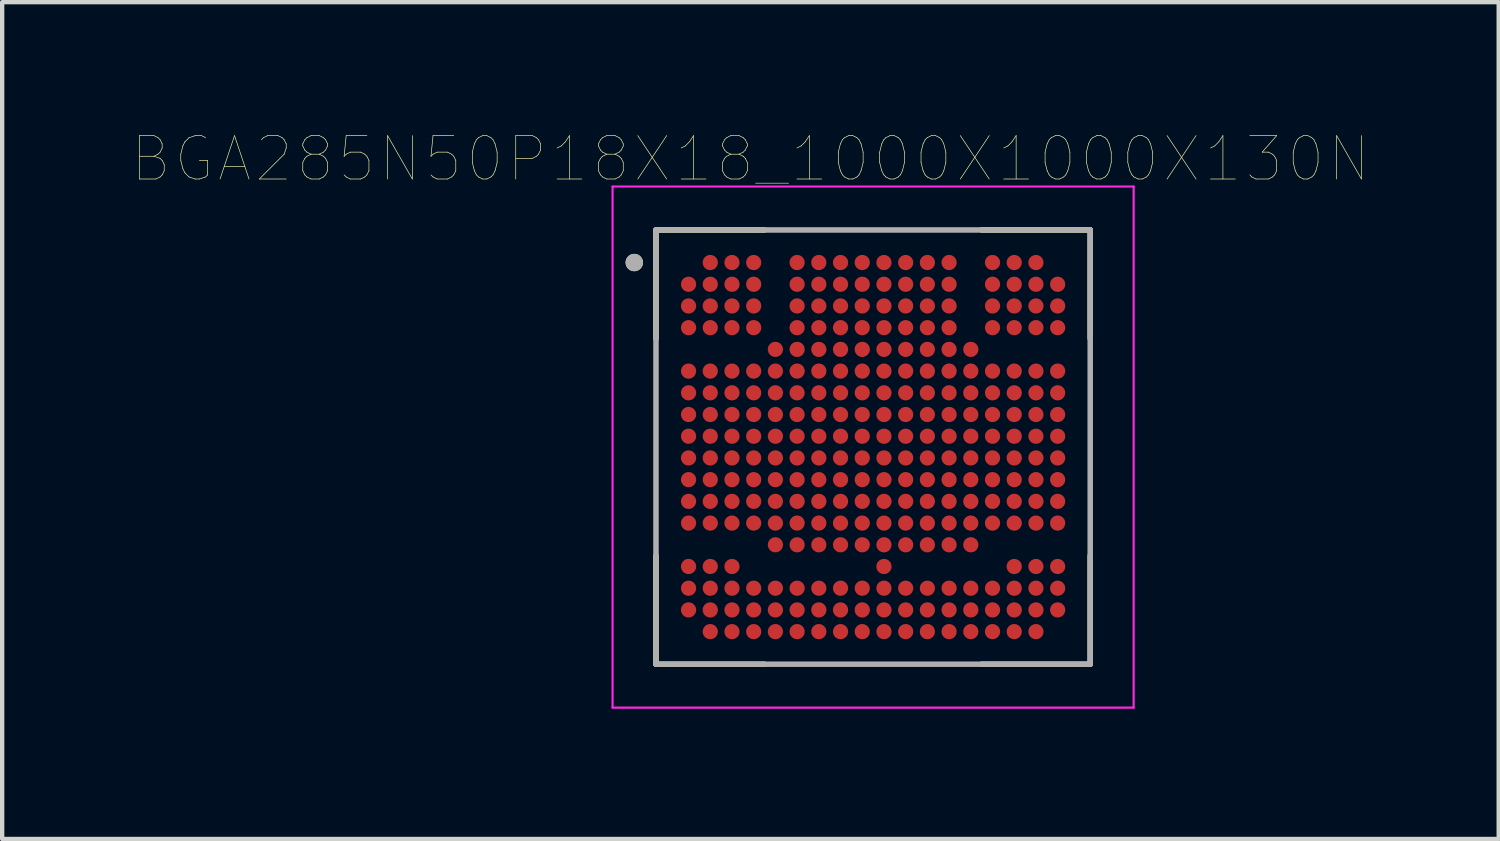
<source format=kicad_pcb>
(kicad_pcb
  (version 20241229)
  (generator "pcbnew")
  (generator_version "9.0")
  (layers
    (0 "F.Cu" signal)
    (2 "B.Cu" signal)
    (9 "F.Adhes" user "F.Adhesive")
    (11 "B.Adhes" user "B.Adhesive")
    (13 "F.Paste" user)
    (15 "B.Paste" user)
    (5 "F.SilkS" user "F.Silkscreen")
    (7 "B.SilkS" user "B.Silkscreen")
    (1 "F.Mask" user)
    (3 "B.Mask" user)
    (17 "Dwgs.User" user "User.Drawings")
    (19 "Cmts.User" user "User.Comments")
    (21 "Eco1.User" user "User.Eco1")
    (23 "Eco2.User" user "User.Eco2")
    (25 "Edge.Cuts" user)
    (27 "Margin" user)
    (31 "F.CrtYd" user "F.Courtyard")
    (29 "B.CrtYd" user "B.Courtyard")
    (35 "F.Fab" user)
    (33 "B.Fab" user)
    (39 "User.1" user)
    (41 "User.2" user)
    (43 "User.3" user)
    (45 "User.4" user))
  (footprint "BGA285N50P18X18_1000X1000X130N"
    (layer "F.Cu")
    (at 17.057 7.246)
    (property "Reference" "BGA285N50P18X18_1000X1000X130N" (at -2.825 -6.635 0) (layer "F.SilkS") (effects (font (size 1 1) (thickness 0.015))))
    (attr through_hole)
    (fp_line (start -5 -5) (end -5 -2.5) (stroke (width 0.127) (type solid)) (layer "F.SilkS"))
    (fp_line (start -5 -5) (end -2.5 -5) (stroke (width 0.127) (type solid)) (layer "F.SilkS"))
    (fp_line (start -5 5) (end -5 2.5) (stroke (width 0.127) (type solid)) (layer "F.SilkS"))
    (fp_line (start -5 5) (end -2.5 5) (stroke (width 0.127) (type solid)) (layer "F.SilkS"))
    (fp_line (start 5 -5) (end 2.5 -5) (stroke (width 0.127) (type solid)) (layer "F.SilkS"))
    (fp_line (start 5 -5) (end 5 -2.5) (stroke (width 0.127) (type solid)) (layer "F.SilkS"))
    (fp_line (start 5 5) (end 2.5 5) (stroke (width 0.127) (type solid)) (layer "F.SilkS"))
    (fp_line (start 5 5) (end 5 2.5) (stroke (width 0.127) (type solid)) (layer "F.SilkS"))
    (fp_circle (center -5.5 -4.25) (end -5.4 -4.25) (stroke (width 0.2) (type solid)) (fill no) (layer "F.SilkS"))
    (fp_line (start -6 -6) (end 6 -6) (stroke (width 0.05) (type solid)) (layer "F.CrtYd"))
    (fp_line (start -6 6) (end -6 -6) (stroke (width 0.05) (type solid)) (layer "F.CrtYd"))
    (fp_line (start -6 6) (end 6 6) (stroke (width 0.05) (type solid)) (layer "F.CrtYd"))
    (fp_line (start 6 6) (end 6 -6) (stroke (width 0.05) (type solid)) (layer "F.CrtYd"))
    (fp_line (start -5 5) (end -5 -5) (stroke (width 0.127) (type solid)) (layer "F.Fab"))
    (fp_line (start 5 -5) (end -5 -5) (stroke (width 0.127) (type solid)) (layer "F.Fab"))
    (fp_line (start 5 5) (end -5 5) (stroke (width 0.127) (type solid)) (layer "F.Fab"))
    (fp_line (start 5 5) (end 5 -5) (stroke (width 0.127) (type solid)) (layer "F.Fab"))
    (fp_circle (center -5.5 -4.25) (end -5.4 -4.25) (stroke (width 0.2) (type solid)) (fill no) (layer "F.Fab"))
    (pad "A2" smd circle (at -3.75 -4.25) (size 0.35 0.35) (layers "F.Cu" "F.Mask" "F.Paste"))
    (pad "A3" smd circle (at -3.25 -4.25) (size 0.35 0.35) (layers "F.Cu" "F.Mask" "F.Paste"))
    (pad "A4" smd circle (at -2.75 -4.25) (size 0.35 0.35) (layers "F.Cu" "F.Mask" "F.Paste"))
    (pad "A6" smd circle (at -1.75 -4.25) (size 0.35 0.35) (layers "F.Cu" "F.Mask" "F.Paste"))
    (pad "A7" smd circle (at -1.25 -4.25) (size 0.35 0.35) (layers "F.Cu" "F.Mask" "F.Paste"))
    (pad "A8" smd circle (at -0.75 -4.25) (size 0.35 0.35) (layers "F.Cu" "F.Mask" "F.Paste"))
    (pad "A9" smd circle (at -0.25 -4.25) (size 0.35 0.35) (layers "F.Cu" "F.Mask" "F.Paste"))
    (pad "A10" smd circle (at 0.25 -4.25) (size 0.35 0.35) (layers "F.Cu" "F.Mask" "F.Paste"))
    (pad "A11" smd circle (at 0.75 -4.25) (size 0.35 0.35) (layers "F.Cu" "F.Mask" "F.Paste"))
    (pad "A12" smd circle (at 1.25 -4.25) (size 0.35 0.35) (layers "F.Cu" "F.Mask" "F.Paste"))
    (pad "A13" smd circle (at 1.75 -4.25) (size 0.35 0.35) (layers "F.Cu" "F.Mask" "F.Paste"))
    (pad "A15" smd circle (at 2.75 -4.25) (size 0.35 0.35) (layers "F.Cu" "F.Mask" "F.Paste"))
    (pad "A16" smd circle (at 3.25 -4.25) (size 0.35 0.35) (layers "F.Cu" "F.Mask" "F.Paste"))
    (pad "A17" smd circle (at 3.75 -4.25) (size 0.35 0.35) (layers "F.Cu" "F.Mask" "F.Paste"))
    (pad "B1" smd circle (at -4.25 -3.75) (size 0.35 0.35) (layers "F.Cu" "F.Mask" "F.Paste"))
    (pad "B2" smd circle (at -3.75 -3.75) (size 0.35 0.35) (layers "F.Cu" "F.Mask" "F.Paste"))
    (pad "B3" smd circle (at -3.25 -3.75) (size 0.35 0.35) (layers "F.Cu" "F.Mask" "F.Paste"))
    (pad "B4" smd circle (at -2.75 -3.75) (size 0.35 0.35) (layers "F.Cu" "F.Mask" "F.Paste"))
    (pad "B6" smd circle (at -1.75 -3.75) (size 0.35 0.35) (layers "F.Cu" "F.Mask" "F.Paste"))
    (pad "B7" smd circle (at -1.25 -3.75) (size 0.35 0.35) (layers "F.Cu" "F.Mask" "F.Paste"))
    (pad "B8" smd circle (at -0.75 -3.75) (size 0.35 0.35) (layers "F.Cu" "F.Mask" "F.Paste"))
    (pad "B9" smd circle (at -0.25 -3.75) (size 0.35 0.35) (layers "F.Cu" "F.Mask" "F.Paste"))
    (pad "B10" smd circle (at 0.25 -3.75) (size 0.35 0.35) (layers "F.Cu" "F.Mask" "F.Paste"))
    (pad "B11" smd circle (at 0.75 -3.75) (size 0.35 0.35) (layers "F.Cu" "F.Mask" "F.Paste"))
    (pad "B12" smd circle (at 1.25 -3.75) (size 0.35 0.35) (layers "F.Cu" "F.Mask" "F.Paste"))
    (pad "B13" smd circle (at 1.75 -3.75) (size 0.35 0.35) (layers "F.Cu" "F.Mask" "F.Paste"))
    (pad "B15" smd circle (at 2.75 -3.75) (size 0.35 0.35) (layers "F.Cu" "F.Mask" "F.Paste"))
    (pad "B16" smd circle (at 3.25 -3.75) (size 0.35 0.35) (layers "F.Cu" "F.Mask" "F.Paste"))
    (pad "B17" smd circle (at 3.75 -3.75) (size 0.35 0.35) (layers "F.Cu" "F.Mask" "F.Paste"))
    (pad "B18" smd circle (at 4.25 -3.75) (size 0.35 0.35) (layers "F.Cu" "F.Mask" "F.Paste"))
    (pad "C1" smd circle (at -4.25 -3.25) (size 0.35 0.35) (layers "F.Cu" "F.Mask" "F.Paste"))
    (pad "C2" smd circle (at -3.75 -3.25) (size 0.35 0.35) (layers "F.Cu" "F.Mask" "F.Paste"))
    (pad "C3" smd circle (at -3.25 -3.25) (size 0.35 0.35) (layers "F.Cu" "F.Mask" "F.Paste"))
    (pad "C4" smd circle (at -2.75 -3.25) (size 0.35 0.35) (layers "F.Cu" "F.Mask" "F.Paste"))
    (pad "C6" smd circle (at -1.75 -3.25) (size 0.35 0.35) (layers "F.Cu" "F.Mask" "F.Paste"))
    (pad "C7" smd circle (at -1.25 -3.25) (size 0.35 0.35) (layers "F.Cu" "F.Mask" "F.Paste"))
    (pad "C8" smd circle (at -0.75 -3.25) (size 0.35 0.35) (layers "F.Cu" "F.Mask" "F.Paste"))
    (pad "C9" smd circle (at -0.25 -3.25) (size 0.35 0.35) (layers "F.Cu" "F.Mask" "F.Paste"))
    (pad "C10" smd circle (at 0.25 -3.25) (size 0.35 0.35) (layers "F.Cu" "F.Mask" "F.Paste"))
    (pad "C11" smd circle (at 0.75 -3.25) (size 0.35 0.35) (layers "F.Cu" "F.Mask" "F.Paste"))
    (pad "C12" smd circle (at 1.25 -3.25) (size 0.35 0.35) (layers "F.Cu" "F.Mask" "F.Paste"))
    (pad "C13" smd circle (at 1.75 -3.25) (size 0.35 0.35) (layers "F.Cu" "F.Mask" "F.Paste"))
    (pad "C15" smd circle (at 2.75 -3.25) (size 0.35 0.35) (layers "F.Cu" "F.Mask" "F.Paste"))
    (pad "C16" smd circle (at 3.25 -3.25) (size 0.35 0.35) (layers "F.Cu" "F.Mask" "F.Paste"))
    (pad "C17" smd circle (at 3.75 -3.25) (size 0.35 0.35) (layers "F.Cu" "F.Mask" "F.Paste"))
    (pad "C18" smd circle (at 4.25 -3.25) (size 0.35 0.35) (layers "F.Cu" "F.Mask" "F.Paste"))
    (pad "D1" smd circle (at -4.25 -2.75) (size 0.35 0.35) (layers "F.Cu" "F.Mask" "F.Paste"))
    (pad "D2" smd circle (at -3.75 -2.75) (size 0.35 0.35) (layers "F.Cu" "F.Mask" "F.Paste"))
    (pad "D3" smd circle (at -3.25 -2.75) (size 0.35 0.35) (layers "F.Cu" "F.Mask" "F.Paste"))
    (pad "D4" smd circle (at -2.75 -2.75) (size 0.35 0.35) (layers "F.Cu" "F.Mask" "F.Paste"))
    (pad "D6" smd circle (at -1.75 -2.75) (size 0.35 0.35) (layers "F.Cu" "F.Mask" "F.Paste"))
    (pad "D7" smd circle (at -1.25 -2.75) (size 0.35 0.35) (layers "F.Cu" "F.Mask" "F.Paste"))
    (pad "D8" smd circle (at -0.75 -2.75) (size 0.35 0.35) (layers "F.Cu" "F.Mask" "F.Paste"))
    (pad "D9" smd circle (at -0.25 -2.75) (size 0.35 0.35) (layers "F.Cu" "F.Mask" "F.Paste"))
    (pad "D10" smd circle (at 0.25 -2.75) (size 0.35 0.35) (layers "F.Cu" "F.Mask" "F.Paste"))
    (pad "D11" smd circle (at 0.75 -2.75) (size 0.35 0.35) (layers "F.Cu" "F.Mask" "F.Paste"))
    (pad "D12" smd circle (at 1.25 -2.75) (size 0.35 0.35) (layers "F.Cu" "F.Mask" "F.Paste"))
    (pad "D13" smd circle (at 1.75 -2.75) (size 0.35 0.35) (layers "F.Cu" "F.Mask" "F.Paste"))
    (pad "D15" smd circle (at 2.75 -2.75) (size 0.35 0.35) (layers "F.Cu" "F.Mask" "F.Paste"))
    (pad "D16" smd circle (at 3.25 -2.75) (size 0.35 0.35) (layers "F.Cu" "F.Mask" "F.Paste"))
    (pad "D17" smd circle (at 3.75 -2.75) (size 0.35 0.35) (layers "F.Cu" "F.Mask" "F.Paste"))
    (pad "D18" smd circle (at 4.25 -2.75) (size 0.35 0.35) (layers "F.Cu" "F.Mask" "F.Paste"))
    (pad "E5" smd circle (at -2.25 -2.25) (size 0.35 0.35) (layers "F.Cu" "F.Mask" "F.Paste"))
    (pad "E6" smd circle (at -1.75 -2.25) (size 0.35 0.35) (layers "F.Cu" "F.Mask" "F.Paste"))
    (pad "E7" smd circle (at -1.25 -2.25) (size 0.35 0.35) (layers "F.Cu" "F.Mask" "F.Paste"))
    (pad "E8" smd circle (at -0.75 -2.25) (size 0.35 0.35) (layers "F.Cu" "F.Mask" "F.Paste"))
    (pad "E9" smd circle (at -0.25 -2.25) (size 0.35 0.35) (layers "F.Cu" "F.Mask" "F.Paste"))
    (pad "E10" smd circle (at 0.25 -2.25) (size 0.35 0.35) (layers "F.Cu" "F.Mask" "F.Paste"))
    (pad "E11" smd circle (at 0.75 -2.25) (size 0.35 0.35) (layers "F.Cu" "F.Mask" "F.Paste"))
    (pad "E12" smd circle (at 1.25 -2.25) (size 0.35 0.35) (layers "F.Cu" "F.Mask" "F.Paste"))
    (pad "E13" smd circle (at 1.75 -2.25) (size 0.35 0.35) (layers "F.Cu" "F.Mask" "F.Paste"))
    (pad "E14" smd circle (at 2.25 -2.25) (size 0.35 0.35) (layers "F.Cu" "F.Mask" "F.Paste"))
    (pad "F1" smd circle (at -4.25 -1.75) (size 0.35 0.35) (layers "F.Cu" "F.Mask" "F.Paste"))
    (pad "F2" smd circle (at -3.75 -1.75) (size 0.35 0.35) (layers "F.Cu" "F.Mask" "F.Paste"))
    (pad "F3" smd circle (at -3.25 -1.75) (size 0.35 0.35) (layers "F.Cu" "F.Mask" "F.Paste"))
    (pad "F4" smd circle (at -2.75 -1.75) (size 0.35 0.35) (layers "F.Cu" "F.Mask" "F.Paste"))
    (pad "F5" smd circle (at -2.25 -1.75) (size 0.35 0.35) (layers "F.Cu" "F.Mask" "F.Paste"))
    (pad "F6" smd circle (at -1.75 -1.75) (size 0.35 0.35) (layers "F.Cu" "F.Mask" "F.Paste"))
    (pad "F7" smd circle (at -1.25 -1.75) (size 0.35 0.35) (layers "F.Cu" "F.Mask" "F.Paste"))
    (pad "F8" smd circle (at -0.75 -1.75) (size 0.35 0.35) (layers "F.Cu" "F.Mask" "F.Paste"))
    (pad "F9" smd circle (at -0.25 -1.75) (size 0.35 0.35) (layers "F.Cu" "F.Mask" "F.Paste"))
    (pad "F10" smd circle (at 0.25 -1.75) (size 0.35 0.35) (layers "F.Cu" "F.Mask" "F.Paste"))
    (pad "F11" smd circle (at 0.75 -1.75) (size 0.35 0.35) (layers "F.Cu" "F.Mask" "F.Paste"))
    (pad "F12" smd circle (at 1.25 -1.75) (size 0.35 0.35) (layers "F.Cu" "F.Mask" "F.Paste"))
    (pad "F13" smd circle (at 1.75 -1.75) (size 0.35 0.35) (layers "F.Cu" "F.Mask" "F.Paste"))
    (pad "F14" smd circle (at 2.25 -1.75) (size 0.35 0.35) (layers "F.Cu" "F.Mask" "F.Paste"))
    (pad "F15" smd circle (at 2.75 -1.75) (size 0.35 0.35) (layers "F.Cu" "F.Mask" "F.Paste"))
    (pad "F16" smd circle (at 3.25 -1.75) (size 0.35 0.35) (layers "F.Cu" "F.Mask" "F.Paste"))
    (pad "F17" smd circle (at 3.75 -1.75) (size 0.35 0.35) (layers "F.Cu" "F.Mask" "F.Paste"))
    (pad "F18" smd circle (at 4.25 -1.75) (size 0.35 0.35) (layers "F.Cu" "F.Mask" "F.Paste"))
    (pad "G1" smd circle (at -4.25 -1.25) (size 0.35 0.35) (layers "F.Cu" "F.Mask" "F.Paste"))
    (pad "G2" smd circle (at -3.75 -1.25) (size 0.35 0.35) (layers "F.Cu" "F.Mask" "F.Paste"))
    (pad "G3" smd circle (at -3.25 -1.25) (size 0.35 0.35) (layers "F.Cu" "F.Mask" "F.Paste"))
    (pad "G4" smd circle (at -2.75 -1.25) (size 0.35 0.35) (layers "F.Cu" "F.Mask" "F.Paste"))
    (pad "G5" smd circle (at -2.25 -1.25) (size 0.35 0.35) (layers "F.Cu" "F.Mask" "F.Paste"))
    (pad "G6" smd circle (at -1.75 -1.25) (size 0.35 0.35) (layers "F.Cu" "F.Mask" "F.Paste"))
    (pad "G7" smd circle (at -1.25 -1.25) (size 0.35 0.35) (layers "F.Cu" "F.Mask" "F.Paste"))
    (pad "G8" smd circle (at -0.75 -1.25) (size 0.35 0.35) (layers "F.Cu" "F.Mask" "F.Paste"))
    (pad "G9" smd circle (at -0.25 -1.25) (size 0.35 0.35) (layers "F.Cu" "F.Mask" "F.Paste"))
    (pad "G10" smd circle (at 0.25 -1.25) (size 0.35 0.35) (layers "F.Cu" "F.Mask" "F.Paste"))
    (pad "G11" smd circle (at 0.75 -1.25) (size 0.35 0.35) (layers "F.Cu" "F.Mask" "F.Paste"))
    (pad "G12" smd circle (at 1.25 -1.25) (size 0.35 0.35) (layers "F.Cu" "F.Mask" "F.Paste"))
    (pad "G13" smd circle (at 1.75 -1.25) (size 0.35 0.35) (layers "F.Cu" "F.Mask" "F.Paste"))
    (pad "G14" smd circle (at 2.25 -1.25) (size 0.35 0.35) (layers "F.Cu" "F.Mask" "F.Paste"))
    (pad "G15" smd circle (at 2.75 -1.25) (size 0.35 0.35) (layers "F.Cu" "F.Mask" "F.Paste"))
    (pad "G16" smd circle (at 3.25 -1.25) (size 0.35 0.35) (layers "F.Cu" "F.Mask" "F.Paste"))
    (pad "G17" smd circle (at 3.75 -1.25) (size 0.35 0.35) (layers "F.Cu" "F.Mask" "F.Paste"))
    (pad "G18" smd circle (at 4.25 -1.25) (size 0.35 0.35) (layers "F.Cu" "F.Mask" "F.Paste"))
    (pad "H1" smd circle (at -4.25 -0.75) (size 0.35 0.35) (layers "F.Cu" "F.Mask" "F.Paste"))
    (pad "H2" smd circle (at -3.75 -0.75) (size 0.35 0.35) (layers "F.Cu" "F.Mask" "F.Paste"))
    (pad "H3" smd circle (at -3.25 -0.75) (size 0.35 0.35) (layers "F.Cu" "F.Mask" "F.Paste"))
    (pad "H4" smd circle (at -2.75 -0.75) (size 0.35 0.35) (layers "F.Cu" "F.Mask" "F.Paste"))
    (pad "H5" smd circle (at -2.25 -0.75) (size 0.35 0.35) (layers "F.Cu" "F.Mask" "F.Paste"))
    (pad "H6" smd circle (at -1.75 -0.75) (size 0.35 0.35) (layers "F.Cu" "F.Mask" "F.Paste"))
    (pad "H7" smd circle (at -1.25 -0.75) (size 0.35 0.35) (layers "F.Cu" "F.Mask" "F.Paste"))
    (pad "H8" smd circle (at -0.75 -0.75) (size 0.35 0.35) (layers "F.Cu" "F.Mask" "F.Paste"))
    (pad "H9" smd circle (at -0.25 -0.75) (size 0.35 0.35) (layers "F.Cu" "F.Mask" "F.Paste"))
    (pad "H10" smd circle (at 0.25 -0.75) (size 0.35 0.35) (layers "F.Cu" "F.Mask" "F.Paste"))
    (pad "H11" smd circle (at 0.75 -0.75) (size 0.35 0.35) (layers "F.Cu" "F.Mask" "F.Paste"))
    (pad "H12" smd circle (at 1.25 -0.75) (size 0.35 0.35) (layers "F.Cu" "F.Mask" "F.Paste"))
    (pad "H13" smd circle (at 1.75 -0.75) (size 0.35 0.35) (layers "F.Cu" "F.Mask" "F.Paste"))
    (pad "H14" smd circle (at 2.25 -0.75) (size 0.35 0.35) (layers "F.Cu" "F.Mask" "F.Paste"))
    (pad "H15" smd circle (at 2.75 -0.75) (size 0.35 0.35) (layers "F.Cu" "F.Mask" "F.Paste"))
    (pad "H16" smd circle (at 3.25 -0.75) (size 0.35 0.35) (layers "F.Cu" "F.Mask" "F.Paste"))
    (pad "H17" smd circle (at 3.75 -0.75) (size 0.35 0.35) (layers "F.Cu" "F.Mask" "F.Paste"))
    (pad "H18" smd circle (at 4.25 -0.75) (size 0.35 0.35) (layers "F.Cu" "F.Mask" "F.Paste"))
    (pad "J1" smd circle (at -4.25 -0.25) (size 0.35 0.35) (layers "F.Cu" "F.Mask" "F.Paste"))
    (pad "J2" smd circle (at -3.75 -0.25) (size 0.35 0.35) (layers "F.Cu" "F.Mask" "F.Paste"))
    (pad "J3" smd circle (at -3.25 -0.25) (size 0.35 0.35) (layers "F.Cu" "F.Mask" "F.Paste"))
    (pad "J4" smd circle (at -2.75 -0.25) (size 0.35 0.35) (layers "F.Cu" "F.Mask" "F.Paste"))
    (pad "J5" smd circle (at -2.25 -0.25) (size 0.35 0.35) (layers "F.Cu" "F.Mask" "F.Paste"))
    (pad "J6" smd circle (at -1.75 -0.25) (size 0.35 0.35) (layers "F.Cu" "F.Mask" "F.Paste"))
    (pad "J7" smd circle (at -1.25 -0.25) (size 0.35 0.35) (layers "F.Cu" "F.Mask" "F.Paste"))
    (pad "J8" smd circle (at -0.75 -0.25) (size 0.35 0.35) (layers "F.Cu" "F.Mask" "F.Paste"))
    (pad "J9" smd circle (at -0.25 -0.25) (size 0.35 0.35) (layers "F.Cu" "F.Mask" "F.Paste"))
    (pad "J10" smd circle (at 0.25 -0.25) (size 0.35 0.35) (layers "F.Cu" "F.Mask" "F.Paste"))
    (pad "J11" smd circle (at 0.75 -0.25) (size 0.35 0.35) (layers "F.Cu" "F.Mask" "F.Paste"))
    (pad "J12" smd circle (at 1.25 -0.25) (size 0.35 0.35) (layers "F.Cu" "F.Mask" "F.Paste"))
    (pad "J13" smd circle (at 1.75 -0.25) (size 0.35 0.35) (layers "F.Cu" "F.Mask" "F.Paste"))
    (pad "J14" smd circle (at 2.25 -0.25) (size 0.35 0.35) (layers "F.Cu" "F.Mask" "F.Paste"))
    (pad "J15" smd circle (at 2.75 -0.25) (size 0.35 0.35) (layers "F.Cu" "F.Mask" "F.Paste"))
    (pad "J16" smd circle (at 3.25 -0.25) (size 0.35 0.35) (layers "F.Cu" "F.Mask" "F.Paste"))
    (pad "J17" smd circle (at 3.75 -0.25) (size 0.35 0.35) (layers "F.Cu" "F.Mask" "F.Paste"))
    (pad "J18" smd circle (at 4.25 -0.25) (size 0.35 0.35) (layers "F.Cu" "F.Mask" "F.Paste"))
    (pad "K1" smd circle (at -4.25 0.25) (size 0.35 0.35) (layers "F.Cu" "F.Mask" "F.Paste"))
    (pad "K2" smd circle (at -3.75 0.25) (size 0.35 0.35) (layers "F.Cu" "F.Mask" "F.Paste"))
    (pad "K3" smd circle (at -3.25 0.25) (size 0.35 0.35) (layers "F.Cu" "F.Mask" "F.Paste"))
    (pad "K4" smd circle (at -2.75 0.25) (size 0.35 0.35) (layers "F.Cu" "F.Mask" "F.Paste"))
    (pad "K5" smd circle (at -2.25 0.25) (size 0.35 0.35) (layers "F.Cu" "F.Mask" "F.Paste"))
    (pad "K6" smd circle (at -1.75 0.25) (size 0.35 0.35) (layers "F.Cu" "F.Mask" "F.Paste"))
    (pad "K7" smd circle (at -1.25 0.25) (size 0.35 0.35) (layers "F.Cu" "F.Mask" "F.Paste"))
    (pad "K8" smd circle (at -0.75 0.25) (size 0.35 0.35) (layers "F.Cu" "F.Mask" "F.Paste"))
    (pad "K9" smd circle (at -0.25 0.25) (size 0.35 0.35) (layers "F.Cu" "F.Mask" "F.Paste"))
    (pad "K10" smd circle (at 0.25 0.25) (size 0.35 0.35) (layers "F.Cu" "F.Mask" "F.Paste"))
    (pad "K11" smd circle (at 0.75 0.25) (size 0.35 0.35) (layers "F.Cu" "F.Mask" "F.Paste"))
    (pad "K12" smd circle (at 1.25 0.25) (size 0.35 0.35) (layers "F.Cu" "F.Mask" "F.Paste"))
    (pad "K13" smd circle (at 1.75 0.25) (size 0.35 0.35) (layers "F.Cu" "F.Mask" "F.Paste"))
    (pad "K14" smd circle (at 2.25 0.25) (size 0.35 0.35) (layers "F.Cu" "F.Mask" "F.Paste"))
    (pad "K15" smd circle (at 2.75 0.25) (size 0.35 0.35) (layers "F.Cu" "F.Mask" "F.Paste"))
    (pad "K16" smd circle (at 3.25 0.25) (size 0.35 0.35) (layers "F.Cu" "F.Mask" "F.Paste"))
    (pad "K17" smd circle (at 3.75 0.25) (size 0.35 0.35) (layers "F.Cu" "F.Mask" "F.Paste"))
    (pad "K18" smd circle (at 4.25 0.25) (size 0.35 0.35) (layers "F.Cu" "F.Mask" "F.Paste"))
    (pad "L1" smd circle (at -4.25 0.75) (size 0.35 0.35) (layers "F.Cu" "F.Mask" "F.Paste"))
    (pad "L2" smd circle (at -3.75 0.75) (size 0.35 0.35) (layers "F.Cu" "F.Mask" "F.Paste"))
    (pad "L3" smd circle (at -3.25 0.75) (size 0.35 0.35) (layers "F.Cu" "F.Mask" "F.Paste"))
    (pad "L4" smd circle (at -2.75 0.75) (size 0.35 0.35) (layers "F.Cu" "F.Mask" "F.Paste"))
    (pad "L5" smd circle (at -2.25 0.75) (size 0.35 0.35) (layers "F.Cu" "F.Mask" "F.Paste"))
    (pad "L6" smd circle (at -1.75 0.75) (size 0.35 0.35) (layers "F.Cu" "F.Mask" "F.Paste"))
    (pad "L7" smd circle (at -1.25 0.75) (size 0.35 0.35) (layers "F.Cu" "F.Mask" "F.Paste"))
    (pad "L8" smd circle (at -0.75 0.75) (size 0.35 0.35) (layers "F.Cu" "F.Mask" "F.Paste"))
    (pad "L9" smd circle (at -0.25 0.75) (size 0.35 0.35) (layers "F.Cu" "F.Mask" "F.Paste"))
    (pad "L10" smd circle (at 0.25 0.75) (size 0.35 0.35) (layers "F.Cu" "F.Mask" "F.Paste"))
    (pad "L11" smd circle (at 0.75 0.75) (size 0.35 0.35) (layers "F.Cu" "F.Mask" "F.Paste"))
    (pad "L12" smd circle (at 1.25 0.75) (size 0.35 0.35) (layers "F.Cu" "F.Mask" "F.Paste"))
    (pad "L13" smd circle (at 1.75 0.75) (size 0.35 0.35) (layers "F.Cu" "F.Mask" "F.Paste"))
    (pad "L14" smd circle (at 2.25 0.75) (size 0.35 0.35) (layers "F.Cu" "F.Mask" "F.Paste"))
    (pad "L15" smd circle (at 2.75 0.75) (size 0.35 0.35) (layers "F.Cu" "F.Mask" "F.Paste"))
    (pad "L16" smd circle (at 3.25 0.75) (size 0.35 0.35) (layers "F.Cu" "F.Mask" "F.Paste"))
    (pad "L17" smd circle (at 3.75 0.75) (size 0.35 0.35) (layers "F.Cu" "F.Mask" "F.Paste"))
    (pad "L18" smd circle (at 4.25 0.75) (size 0.35 0.35) (layers "F.Cu" "F.Mask" "F.Paste"))
    (pad "M1" smd circle (at -4.25 1.25) (size 0.35 0.35) (layers "F.Cu" "F.Mask" "F.Paste"))
    (pad "M2" smd circle (at -3.75 1.25) (size 0.35 0.35) (layers "F.Cu" "F.Mask" "F.Paste"))
    (pad "M3" smd circle (at -3.25 1.25) (size 0.35 0.35) (layers "F.Cu" "F.Mask" "F.Paste"))
    (pad "M4" smd circle (at -2.75 1.25) (size 0.35 0.35) (layers "F.Cu" "F.Mask" "F.Paste"))
    (pad "M5" smd circle (at -2.25 1.25) (size 0.35 0.35) (layers "F.Cu" "F.Mask" "F.Paste"))
    (pad "M6" smd circle (at -1.75 1.25) (size 0.35 0.35) (layers "F.Cu" "F.Mask" "F.Paste"))
    (pad "M7" smd circle (at -1.25 1.25) (size 0.35 0.35) (layers "F.Cu" "F.Mask" "F.Paste"))
    (pad "M8" smd circle (at -0.75 1.25) (size 0.35 0.35) (layers "F.Cu" "F.Mask" "F.Paste"))
    (pad "M9" smd circle (at -0.25 1.25) (size 0.35 0.35) (layers "F.Cu" "F.Mask" "F.Paste"))
    (pad "M10" smd circle (at 0.25 1.25) (size 0.35 0.35) (layers "F.Cu" "F.Mask" "F.Paste"))
    (pad "M11" smd circle (at 0.75 1.25) (size 0.35 0.35) (layers "F.Cu" "F.Mask" "F.Paste"))
    (pad "M12" smd circle (at 1.25 1.25) (size 0.35 0.35) (layers "F.Cu" "F.Mask" "F.Paste"))
    (pad "M13" smd circle (at 1.75 1.25) (size 0.35 0.35) (layers "F.Cu" "F.Mask" "F.Paste"))
    (pad "M14" smd circle (at 2.25 1.25) (size 0.35 0.35) (layers "F.Cu" "F.Mask" "F.Paste"))
    (pad "M15" smd circle (at 2.75 1.25) (size 0.35 0.35) (layers "F.Cu" "F.Mask" "F.Paste"))
    (pad "M16" smd circle (at 3.25 1.25) (size 0.35 0.35) (layers "F.Cu" "F.Mask" "F.Paste"))
    (pad "M17" smd circle (at 3.75 1.25) (size 0.35 0.35) (layers "F.Cu" "F.Mask" "F.Paste"))
    (pad "M18" smd circle (at 4.25 1.25) (size 0.35 0.35) (layers "F.Cu" "F.Mask" "F.Paste"))
    (pad "N1" smd circle (at -4.25 1.75) (size 0.35 0.35) (layers "F.Cu" "F.Mask" "F.Paste"))
    (pad "N2" smd circle (at -3.75 1.75) (size 0.35 0.35) (layers "F.Cu" "F.Mask" "F.Paste"))
    (pad "N3" smd circle (at -3.25 1.75) (size 0.35 0.35) (layers "F.Cu" "F.Mask" "F.Paste"))
    (pad "N4" smd circle (at -2.75 1.75) (size 0.35 0.35) (layers "F.Cu" "F.Mask" "F.Paste"))
    (pad "N5" smd circle (at -2.25 1.75) (size 0.35 0.35) (layers "F.Cu" "F.Mask" "F.Paste"))
    (pad "N6" smd circle (at -1.75 1.75) (size 0.35 0.35) (layers "F.Cu" "F.Mask" "F.Paste"))
    (pad "N7" smd circle (at -1.25 1.75) (size 0.35 0.35) (layers "F.Cu" "F.Mask" "F.Paste"))
    (pad "N8" smd circle (at -0.75 1.75) (size 0.35 0.35) (layers "F.Cu" "F.Mask" "F.Paste"))
    (pad "N9" smd circle (at -0.25 1.75) (size 0.35 0.35) (layers "F.Cu" "F.Mask" "F.Paste"))
    (pad "N10" smd circle (at 0.25 1.75) (size 0.35 0.35) (layers "F.Cu" "F.Mask" "F.Paste"))
    (pad "N11" smd circle (at 0.75 1.75) (size 0.35 0.35) (layers "F.Cu" "F.Mask" "F.Paste"))
    (pad "N12" smd circle (at 1.25 1.75) (size 0.35 0.35) (layers "F.Cu" "F.Mask" "F.Paste"))
    (pad "N13" smd circle (at 1.75 1.75) (size 0.35 0.35) (layers "F.Cu" "F.Mask" "F.Paste"))
    (pad "N14" smd circle (at 2.25 1.75) (size 0.35 0.35) (layers "F.Cu" "F.Mask" "F.Paste"))
    (pad "N15" smd circle (at 2.75 1.75) (size 0.35 0.35) (layers "F.Cu" "F.Mask" "F.Paste"))
    (pad "N16" smd circle (at 3.25 1.75) (size 0.35 0.35) (layers "F.Cu" "F.Mask" "F.Paste"))
    (pad "N17" smd circle (at 3.75 1.75) (size 0.35 0.35) (layers "F.Cu" "F.Mask" "F.Paste"))
    (pad "N18" smd circle (at 4.25 1.75) (size 0.35 0.35) (layers "F.Cu" "F.Mask" "F.Paste"))
    (pad "P5" smd circle (at -2.25 2.25) (size 0.35 0.35) (layers "F.Cu" "F.Mask" "F.Paste"))
    (pad "P6" smd circle (at -1.75 2.25) (size 0.35 0.35) (layers "F.Cu" "F.Mask" "F.Paste"))
    (pad "P7" smd circle (at -1.25 2.25) (size 0.35 0.35) (layers "F.Cu" "F.Mask" "F.Paste"))
    (pad "P8" smd circle (at -0.75 2.25) (size 0.35 0.35) (layers "F.Cu" "F.Mask" "F.Paste"))
    (pad "P9" smd circle (at -0.25 2.25) (size 0.35 0.35) (layers "F.Cu" "F.Mask" "F.Paste"))
    (pad "P10" smd circle (at 0.25 2.25) (size 0.35 0.35) (layers "F.Cu" "F.Mask" "F.Paste"))
    (pad "P11" smd circle (at 0.75 2.25) (size 0.35 0.35) (layers "F.Cu" "F.Mask" "F.Paste"))
    (pad "P12" smd circle (at 1.25 2.25) (size 0.35 0.35) (layers "F.Cu" "F.Mask" "F.Paste"))
    (pad "P13" smd circle (at 1.75 2.25) (size 0.35 0.35) (layers "F.Cu" "F.Mask" "F.Paste"))
    (pad "P14" smd circle (at 2.25 2.25) (size 0.35 0.35) (layers "F.Cu" "F.Mask" "F.Paste"))
    (pad "R1" smd circle (at -4.25 2.75) (size 0.35 0.35) (layers "F.Cu" "F.Mask" "F.Paste"))
    (pad "R2" smd circle (at -3.75 2.75) (size 0.35 0.35) (layers "F.Cu" "F.Mask" "F.Paste"))
    (pad "R3" smd circle (at -3.25 2.75) (size 0.35 0.35) (layers "F.Cu" "F.Mask" "F.Paste"))
    (pad "R10" smd circle (at 0.25 2.75) (size 0.35 0.35) (layers "F.Cu" "F.Mask" "F.Paste"))
    (pad "R16" smd circle (at 3.25 2.75) (size 0.35 0.35) (layers "F.Cu" "F.Mask" "F.Paste"))
    (pad "R17" smd circle (at 3.75 2.75) (size 0.35 0.35) (layers "F.Cu" "F.Mask" "F.Paste"))
    (pad "R18" smd circle (at 4.25 2.75) (size 0.35 0.35) (layers "F.Cu" "F.Mask" "F.Paste"))
    (pad "T1" smd circle (at -4.25 3.25) (size 0.35 0.35) (layers "F.Cu" "F.Mask" "F.Paste"))
    (pad "T2" smd circle (at -3.75 3.25) (size 0.35 0.35) (layers "F.Cu" "F.Mask" "F.Paste"))
    (pad "T3" smd circle (at -3.25 3.25) (size 0.35 0.35) (layers "F.Cu" "F.Mask" "F.Paste"))
    (pad "T4" smd circle (at -2.75 3.25) (size 0.35 0.35) (layers "F.Cu" "F.Mask" "F.Paste"))
    (pad "T5" smd circle (at -2.25 3.25) (size 0.35 0.35) (layers "F.Cu" "F.Mask" "F.Paste"))
    (pad "T6" smd circle (at -1.75 3.25) (size 0.35 0.35) (layers "F.Cu" "F.Mask" "F.Paste"))
    (pad "T7" smd circle (at -1.25 3.25) (size 0.35 0.35) (layers "F.Cu" "F.Mask" "F.Paste"))
    (pad "T8" smd circle (at -0.75 3.25) (size 0.35 0.35) (layers "F.Cu" "F.Mask" "F.Paste"))
    (pad "T9" smd circle (at -0.25 3.25) (size 0.35 0.35) (layers "F.Cu" "F.Mask" "F.Paste"))
    (pad "T10" smd circle (at 0.25 3.25) (size 0.35 0.35) (layers "F.Cu" "F.Mask" "F.Paste"))
    (pad "T11" smd circle (at 0.75 3.25) (size 0.35 0.35) (layers "F.Cu" "F.Mask" "F.Paste"))
    (pad "T12" smd circle (at 1.25 3.25) (size 0.35 0.35) (layers "F.Cu" "F.Mask" "F.Paste"))
    (pad "T13" smd circle (at 1.75 3.25) (size 0.35 0.35) (layers "F.Cu" "F.Mask" "F.Paste"))
    (pad "T14" smd circle (at 2.25 3.25) (size 0.35 0.35) (layers "F.Cu" "F.Mask" "F.Paste"))
    (pad "T15" smd circle (at 2.75 3.25) (size 0.35 0.35) (layers "F.Cu" "F.Mask" "F.Paste"))
    (pad "T16" smd circle (at 3.25 3.25) (size 0.35 0.35) (layers "F.Cu" "F.Mask" "F.Paste"))
    (pad "T17" smd circle (at 3.75 3.25) (size 0.35 0.35) (layers "F.Cu" "F.Mask" "F.Paste"))
    (pad "T18" smd circle (at 4.25 3.25) (size 0.35 0.35) (layers "F.Cu" "F.Mask" "F.Paste"))
    (pad "U1" smd circle (at -4.25 3.75) (size 0.35 0.35) (layers "F.Cu" "F.Mask" "F.Paste"))
    (pad "U2" smd circle (at -3.75 3.75) (size 0.35 0.35) (layers "F.Cu" "F.Mask" "F.Paste"))
    (pad "U3" smd circle (at -3.25 3.75) (size 0.35 0.35) (layers "F.Cu" "F.Mask" "F.Paste"))
    (pad "U4" smd circle (at -2.75 3.75) (size 0.35 0.35) (layers "F.Cu" "F.Mask" "F.Paste"))
    (pad "U5" smd circle (at -2.25 3.75) (size 0.35 0.35) (layers "F.Cu" "F.Mask" "F.Paste"))
    (pad "U6" smd circle (at -1.75 3.75) (size 0.35 0.35) (layers "F.Cu" "F.Mask" "F.Paste"))
    (pad "U7" smd circle (at -1.25 3.75) (size 0.35 0.35) (layers "F.Cu" "F.Mask" "F.Paste"))
    (pad "U8" smd circle (at -0.75 3.75) (size 0.35 0.35) (layers "F.Cu" "F.Mask" "F.Paste"))
    (pad "U9" smd circle (at -0.25 3.75) (size 0.35 0.35) (layers "F.Cu" "F.Mask" "F.Paste"))
    (pad "U10" smd circle (at 0.25 3.75) (size 0.35 0.35) (layers "F.Cu" "F.Mask" "F.Paste"))
    (pad "U11" smd circle (at 0.75 3.75) (size 0.35 0.35) (layers "F.Cu" "F.Mask" "F.Paste"))
    (pad "U12" smd circle (at 1.25 3.75) (size 0.35 0.35) (layers "F.Cu" "F.Mask" "F.Paste"))
    (pad "U13" smd circle (at 1.75 3.75) (size 0.35 0.35) (layers "F.Cu" "F.Mask" "F.Paste"))
    (pad "U14" smd circle (at 2.25 3.75) (size 0.35 0.35) (layers "F.Cu" "F.Mask" "F.Paste"))
    (pad "U15" smd circle (at 2.75 3.75) (size 0.35 0.35) (layers "F.Cu" "F.Mask" "F.Paste"))
    (pad "U16" smd circle (at 3.25 3.75) (size 0.35 0.35) (layers "F.Cu" "F.Mask" "F.Paste"))
    (pad "U17" smd circle (at 3.75 3.75) (size 0.35 0.35) (layers "F.Cu" "F.Mask" "F.Paste"))
    (pad "U18" smd circle (at 4.25 3.75) (size 0.35 0.35) (layers "F.Cu" "F.Mask" "F.Paste"))
    (pad "V2" smd circle (at -3.75 4.25) (size 0.35 0.35) (layers "F.Cu" "F.Mask" "F.Paste"))
    (pad "V3" smd circle (at -3.25 4.25) (size 0.35 0.35) (layers "F.Cu" "F.Mask" "F.Paste"))
    (pad "V4" smd circle (at -2.75 4.25) (size 0.35 0.35) (layers "F.Cu" "F.Mask" "F.Paste"))
    (pad "V5" smd circle (at -2.25 4.25) (size 0.35 0.35) (layers "F.Cu" "F.Mask" "F.Paste"))
    (pad "V6" smd circle (at -1.75 4.25) (size 0.35 0.35) (layers "F.Cu" "F.Mask" "F.Paste"))
    (pad "V7" smd circle (at -1.25 4.25) (size 0.35 0.35) (layers "F.Cu" "F.Mask" "F.Paste"))
    (pad "V8" smd circle (at -0.75 4.25) (size 0.35 0.35) (layers "F.Cu" "F.Mask" "F.Paste"))
    (pad "V9" smd circle (at -0.25 4.25) (size 0.35 0.35) (layers "F.Cu" "F.Mask" "F.Paste"))
    (pad "V10" smd circle (at 0.25 4.25) (size 0.35 0.35) (layers "F.Cu" "F.Mask" "F.Paste"))
    (pad "V11" smd circle (at 0.75 4.25) (size 0.35 0.35) (layers "F.Cu" "F.Mask" "F.Paste"))
    (pad "V12" smd circle (at 1.25 4.25) (size 0.35 0.35) (layers "F.Cu" "F.Mask" "F.Paste"))
    (pad "V13" smd circle (at 1.75 4.25) (size 0.35 0.35) (layers "F.Cu" "F.Mask" "F.Paste"))
    (pad "V14" smd circle (at 2.25 4.25) (size 0.35 0.35) (layers "F.Cu" "F.Mask" "F.Paste"))
    (pad "V15" smd circle (at 2.75 4.25) (size 0.35 0.35) (layers "F.Cu" "F.Mask" "F.Paste"))
    (pad "V16" smd circle (at 3.25 4.25) (size 0.35 0.35) (layers "F.Cu" "F.Mask" "F.Paste"))
    (pad "V17" smd circle (at 3.75 4.25) (size 0.35 0.35) (layers "F.Cu" "F.Mask" "F.Paste")))
  (gr_rect
    (start -3 -3)
    (end 31.464 16.271)
    (stroke (width 0.1) (type default))
    (fill no)
    (layer "Edge.Cuts")))
</source>
